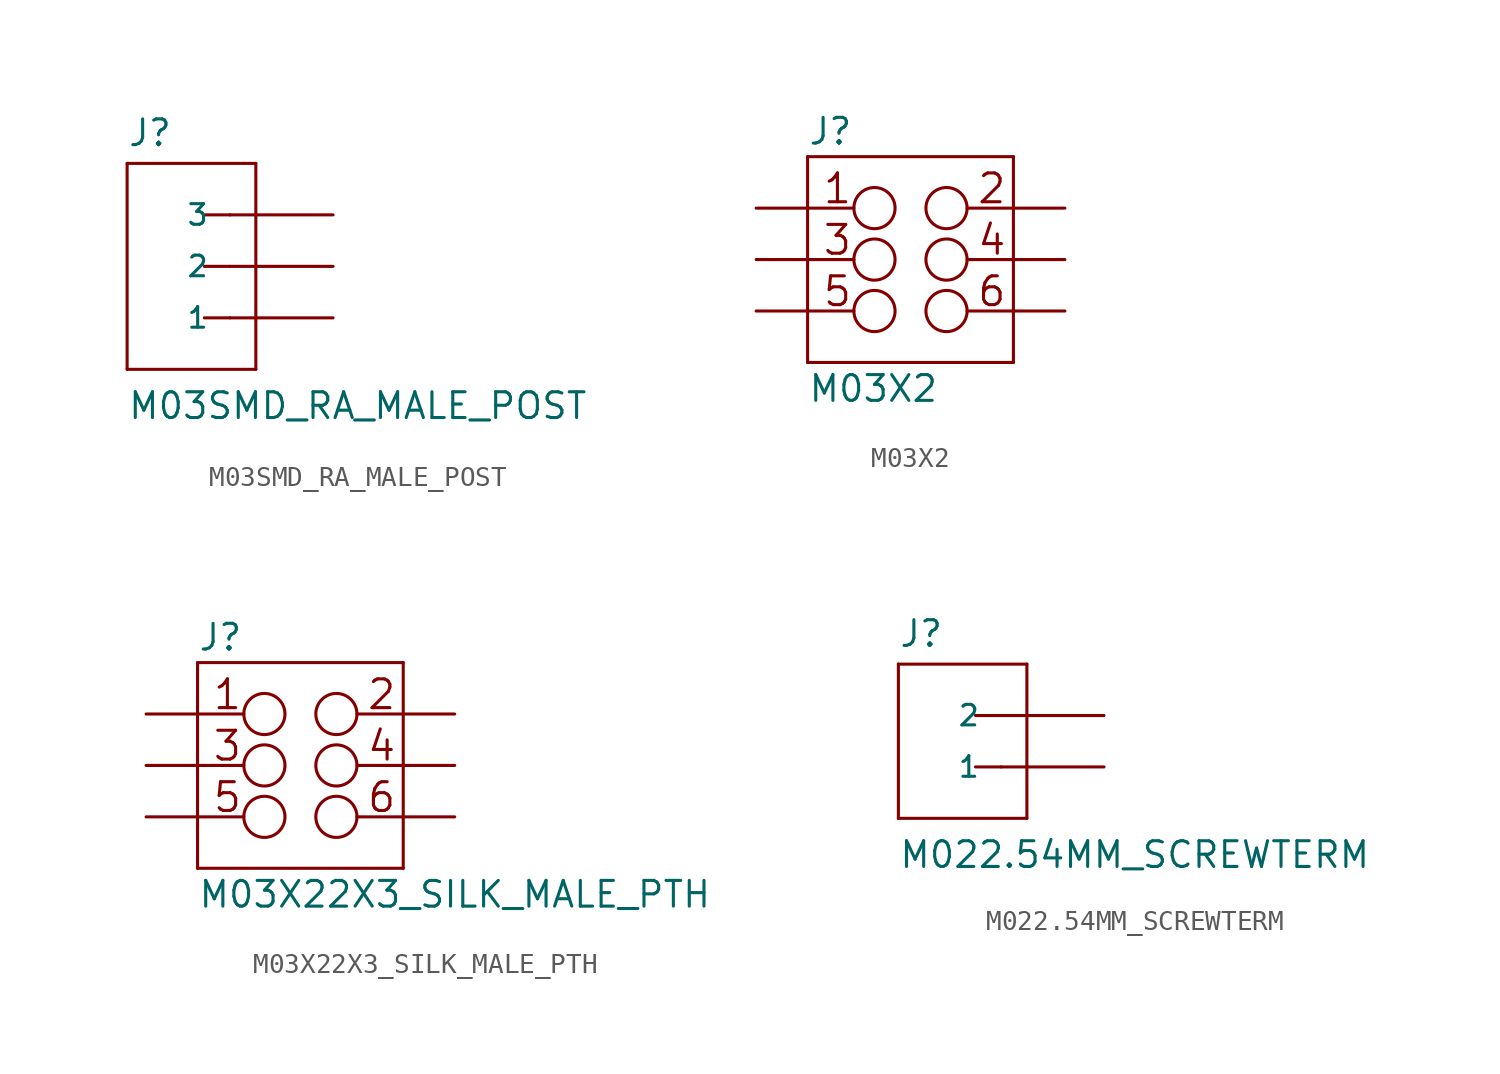
<source format=kicad_sym>
(kicad_symbol_lib
  (version 20211014)
  (generator kicad_symbol_editor)
  (symbol "M03SMD_RA_MALE_POST"
    (pin_numbers hide)
    (pin_names
      (offset 1.016))
    (property "Reference" "J"
      (at -2.54 5.842 0)
      (effects (font (size 1.27 1.27)) (justify left bottom)))
    (property "Value" "M03SMD_RA_MALE_POST"
      (at -2.54 -7.62 0)
      (effects (font (size 1.27 1.27)) (justify left bottom)))
    (property "Datasheet" ""
      (at 0 0 0)
      (effects (font (size 1.524 1.524))))
    (property "ki_locked" ""
      (at 0 0 0)
      (effects (font (size 1.27 1.27))))
    (symbol "M03SMD_RA_MALE_POST_1_0"
      (polyline (pts (xy -2.54 5.08) (xy -2.54 -5.08)) (stroke (width 0) (type default) (color 0 0 0 0)) (fill (type none)))
      (polyline (pts (xy -2.54 5.08) (xy 3.81 5.08)) (stroke (width 0) (type default) (color 0 0 0 0)) (fill (type none)))
      (polyline (pts (xy 1.27 -2.54) (xy 2.54 -2.54)) (stroke (width 0) (type default) (color 0 0 0 0)) (fill (type none)))
      (polyline (pts (xy 1.27 0) (xy 2.54 0)) (stroke (width 0) (type default) (color 0 0 0 0)) (fill (type none)))
      (polyline (pts (xy 1.27 2.54) (xy 2.54 2.54)) (stroke (width 0) (type default) (color 0 0 0 0)) (fill (type none)))
      (polyline (pts (xy 3.81 -5.08) (xy -2.54 -5.08)) (stroke (width 0) (type default) (color 0 0 0 0)) (fill (type none)))
      (polyline (pts (xy 3.81 -5.08) (xy 3.81 5.08)) (stroke (width 0) (type default) (color 0 0 0 0)) (fill (type none))))
    (symbol "M03SMD_RA_MALE_POST_1_1"
      (pin passive line (at 7.62 -2.54 180) (length 5.08) (name "1" (effects (font (size 1.016 1.016)))) (number "1" (effects (font (size 1.016 1.016)))))
      (pin passive line (at 7.62 0 180) (length 5.08) (name "2" (effects (font (size 1.016 1.016)))) (number "2" (effects (font (size 1.016 1.016)))))
      (pin passive line (at 7.62 2.54 180) (length 5.08) (name "3" (effects (font (size 1.016 1.016)))) (number "3" (effects (font (size 1.016 1.016)))))))
  (symbol "M03X2"
    (pin_numbers hide)
    (pin_names
      (offset 1.016) hide)
    (property "Reference" "J"
      (at -5.08 5.588 0)
      (effects (font (size 1.27 1.27)) (justify left bottom)))
    (property "Value" "M03X2"
      (at -5.08 -7.112 0)
      (effects (font (size 1.27 1.27)) (justify left bottom)))
    (property "Datasheet" ""
      (at 0 0 0)
      (effects (font (size 1.524 1.524))))
    (property "ki_locked" ""
      (at 0 0 0)
      (effects (font (size 1.27 1.27))))
    (symbol "M03X2_1_0"
      (polyline (pts (xy -5.08 -5.08) (xy -5.08 -2.54)) (stroke (width 0) (type default) (color 0 0 0 0)) (fill (type none)))
      (polyline (pts (xy -5.08 -2.54) (xy -5.08 0)) (stroke (width 0) (type default) (color 0 0 0 0)) (fill (type none)))
      (polyline (pts (xy -5.08 -2.54) (xy -2.794 -2.54)) (stroke (width 0) (type default) (color 0 0 0 0)) (fill (type none)))
      (polyline (pts (xy -5.08 0) (xy -5.08 2.54)) (stroke (width 0) (type default) (color 0 0 0 0)) (fill (type none)))
      (polyline (pts (xy -5.08 0) (xy -2.794 0)) (stroke (width 0) (type default) (color 0 0 0 0)) (fill (type none)))
      (polyline (pts (xy -5.08 2.54) (xy -5.08 5.08)) (stroke (width 0) (type default) (color 0 0 0 0)) (fill (type none)))
      (polyline (pts (xy -5.08 2.54) (xy -2.794 2.54)) (stroke (width 0) (type default) (color 0 0 0 0)) (fill (type none)))
      (polyline (pts (xy -5.08 5.08) (xy 5.08 5.08)) (stroke (width 0) (type default) (color 0 0 0 0)) (fill (type none)))
      (polyline (pts (xy 5.08 -5.08) (xy -5.08 -5.08)) (stroke (width 0) (type default) (color 0 0 0 0)) (fill (type none)))
      (polyline (pts (xy 5.08 -2.54) (xy 2.794 -2.54)) (stroke (width 0) (type default) (color 0 0 0 0)) (fill (type none)))
      (polyline (pts (xy 5.08 -2.54) (xy 5.08 -5.08)) (stroke (width 0) (type default) (color 0 0 0 0)) (fill (type none)))
      (polyline (pts (xy 5.08 0) (xy 2.794 0)) (stroke (width 0) (type default) (color 0 0 0 0)) (fill (type none)))
      (polyline (pts (xy 5.08 0) (xy 5.08 -2.54)) (stroke (width 0) (type default) (color 0 0 0 0)) (fill (type none)))
      (polyline (pts (xy 5.08 2.54) (xy 2.794 2.54)) (stroke (width 0) (type default) (color 0 0 0 0)) (fill (type none)))
      (polyline (pts (xy 5.08 2.54) (xy 5.08 0)) (stroke (width 0) (type default) (color 0 0 0 0)) (fill (type none)))
      (polyline (pts (xy 5.08 5.08) (xy 5.08 2.54)) (stroke (width 0) (type default) (color 0 0 0 0)) (fill (type none)))
      (text "1" (at -3.607 3.505 0) (effects (font (size 1.422 1.422))))
      (text "2" (at 4.013 3.505 0) (effects (font (size 1.422 1.422))))
      (text "3" (at -3.607 0.965 0) (effects (font (size 1.422 1.422))))
      (text "4" (at 4.013 0.965 0) (effects (font (size 1.422 1.422))))
      (text "5" (at -3.607 -1.575 0) (effects (font (size 1.422 1.422))))
      (text "6" (at 4.013 -1.575 0) (effects (font (size 1.422 1.422)))))
    (symbol "M03X2_1_1"
      (circle (center -1.778 -2.54) (radius 1.016) (stroke (width 0) (type default) (color 0 0 0 0)) (fill (type none)))
      (circle (center -1.778 0) (radius 1.016) (stroke (width 0) (type default) (color 0 0 0 0)) (fill (type none)))
      (circle (center -1.778 2.54) (radius 1.016) (stroke (width 0) (type default) (color 0 0 0 0)) (fill (type none)))
      (circle (center 1.778 -2.54) (radius 1.016) (stroke (width 0) (type default) (color 0 0 0 0)) (fill (type none)))
      (circle (center 1.778 0) (radius 1.016) (stroke (width 0) (type default) (color 0 0 0 0)) (fill (type none)))
      (circle (center 1.778 2.54) (radius 1.016) (stroke (width 0) (type default) (color 0 0 0 0)) (fill (type none)))
      (pin bidirectional line (at -7.62 2.54 0) (length 2.54) (name "1" (effects (font (size 1.016 1.016)))) (number "1" (effects (font (size 1.016 1.016)))))
      (pin bidirectional line (at 7.62 2.54 180) (length 2.54) (name "2" (effects (font (size 1.016 1.016)))) (number "2" (effects (font (size 1.016 1.016)))))
      (pin bidirectional line (at -7.62 0 0) (length 2.54) (name "3" (effects (font (size 1.016 1.016)))) (number "3" (effects (font (size 1.016 1.016)))))
      (pin bidirectional line (at 7.62 0 180) (length 2.54) (name "4" (effects (font (size 1.016 1.016)))) (number "4" (effects (font (size 1.016 1.016)))))
      (pin bidirectional line (at -7.62 -2.54 0) (length 2.54) (name "5" (effects (font (size 1.016 1.016)))) (number "5" (effects (font (size 1.016 1.016)))))
      (pin bidirectional line (at 7.62 -2.54 180) (length 2.54) (name "6" (effects (font (size 1.016 1.016)))) (number "6" (effects (font (size 1.016 1.016)))))))
  (symbol "M03X22X3_SILK_MALE_PTH"
    (pin_numbers hide)
    (pin_names
      (offset 1.016) hide)
    (property "Reference" "J"
      (at -5.08 5.588 0)
      (effects (font (size 1.27 1.27)) (justify left bottom)))
    (property "Value" "M03X22X3_SILK_MALE_PTH"
      (at -5.08 -7.112 0)
      (effects (font (size 1.27 1.27)) (justify left bottom)))
    (property "Datasheet" ""
      (at 0 0 0)
      (effects (font (size 1.524 1.524))))
    (property "ki_locked" ""
      (at 0 0 0)
      (effects (font (size 1.27 1.27))))
    (symbol "M03X22X3_SILK_MALE_PTH_1_0"
      (polyline (pts (xy -5.08 -5.08) (xy -5.08 -2.54)) (stroke (width 0) (type default) (color 0 0 0 0)) (fill (type none)))
      (polyline (pts (xy -5.08 -2.54) (xy -5.08 0)) (stroke (width 0) (type default) (color 0 0 0 0)) (fill (type none)))
      (polyline (pts (xy -5.08 -2.54) (xy -2.794 -2.54)) (stroke (width 0) (type default) (color 0 0 0 0)) (fill (type none)))
      (polyline (pts (xy -5.08 0) (xy -5.08 2.54)) (stroke (width 0) (type default) (color 0 0 0 0)) (fill (type none)))
      (polyline (pts (xy -5.08 0) (xy -2.794 0)) (stroke (width 0) (type default) (color 0 0 0 0)) (fill (type none)))
      (polyline (pts (xy -5.08 2.54) (xy -5.08 5.08)) (stroke (width 0) (type default) (color 0 0 0 0)) (fill (type none)))
      (polyline (pts (xy -5.08 2.54) (xy -2.794 2.54)) (stroke (width 0) (type default) (color 0 0 0 0)) (fill (type none)))
      (polyline (pts (xy -5.08 5.08) (xy 5.08 5.08)) (stroke (width 0) (type default) (color 0 0 0 0)) (fill (type none)))
      (polyline (pts (xy 5.08 -5.08) (xy -5.08 -5.08)) (stroke (width 0) (type default) (color 0 0 0 0)) (fill (type none)))
      (polyline (pts (xy 5.08 -2.54) (xy 2.794 -2.54)) (stroke (width 0) (type default) (color 0 0 0 0)) (fill (type none)))
      (polyline (pts (xy 5.08 -2.54) (xy 5.08 -5.08)) (stroke (width 0) (type default) (color 0 0 0 0)) (fill (type none)))
      (polyline (pts (xy 5.08 0) (xy 2.794 0)) (stroke (width 0) (type default) (color 0 0 0 0)) (fill (type none)))
      (polyline (pts (xy 5.08 0) (xy 5.08 -2.54)) (stroke (width 0) (type default) (color 0 0 0 0)) (fill (type none)))
      (polyline (pts (xy 5.08 2.54) (xy 2.794 2.54)) (stroke (width 0) (type default) (color 0 0 0 0)) (fill (type none)))
      (polyline (pts (xy 5.08 2.54) (xy 5.08 0)) (stroke (width 0) (type default) (color 0 0 0 0)) (fill (type none)))
      (polyline (pts (xy 5.08 5.08) (xy 5.08 2.54)) (stroke (width 0) (type default) (color 0 0 0 0)) (fill (type none)))
      (text "1" (at -3.607 3.505 0) (effects (font (size 1.422 1.422))))
      (text "2" (at 4.013 3.505 0) (effects (font (size 1.422 1.422))))
      (text "3" (at -3.607 0.965 0) (effects (font (size 1.422 1.422))))
      (text "4" (at 4.013 0.965 0) (effects (font (size 1.422 1.422))))
      (text "5" (at -3.607 -1.575 0) (effects (font (size 1.422 1.422))))
      (text "6" (at 4.013 -1.575 0) (effects (font (size 1.422 1.422)))))
    (symbol "M03X22X3_SILK_MALE_PTH_1_1"
      (circle (center -1.778 -2.54) (radius 1.016) (stroke (width 0) (type default) (color 0 0 0 0)) (fill (type none)))
      (circle (center -1.778 0) (radius 1.016) (stroke (width 0) (type default) (color 0 0 0 0)) (fill (type none)))
      (circle (center -1.778 2.54) (radius 1.016) (stroke (width 0) (type default) (color 0 0 0 0)) (fill (type none)))
      (circle (center 1.778 -2.54) (radius 1.016) (stroke (width 0) (type default) (color 0 0 0 0)) (fill (type none)))
      (circle (center 1.778 0) (radius 1.016) (stroke (width 0) (type default) (color 0 0 0 0)) (fill (type none)))
      (circle (center 1.778 2.54) (radius 1.016) (stroke (width 0) (type default) (color 0 0 0 0)) (fill (type none)))
      (pin bidirectional line (at -7.62 2.54 0) (length 2.54) (name "1" (effects (font (size 1.016 1.016)))) (number "1" (effects (font (size 1.016 1.016)))))
      (pin bidirectional line (at 7.62 2.54 180) (length 2.54) (name "2" (effects (font (size 1.016 1.016)))) (number "2" (effects (font (size 1.016 1.016)))))
      (pin bidirectional line (at -7.62 0 0) (length 2.54) (name "3" (effects (font (size 1.016 1.016)))) (number "3" (effects (font (size 1.016 1.016)))))
      (pin bidirectional line (at 7.62 0 180) (length 2.54) (name "4" (effects (font (size 1.016 1.016)))) (number "4" (effects (font (size 1.016 1.016)))))
      (pin bidirectional line (at -7.62 -2.54 0) (length 2.54) (name "5" (effects (font (size 1.016 1.016)))) (number "5" (effects (font (size 1.016 1.016)))))
      (pin bidirectional line (at 7.62 -2.54 180) (length 2.54) (name "6" (effects (font (size 1.016 1.016)))) (number "6" (effects (font (size 1.016 1.016)))))))
  (symbol "M022.54MM_SCREWTERM"
    (pin_numbers hide)
    (pin_names
      (offset 1.016))
    (property "Reference" "J"
      (at -2.54 5.842 0)
      (effects (font (size 1.27 1.27)) (justify left bottom)))
    (property "Value" "M022.54MM_SCREWTERM"
      (at -2.54 -5.08 0)
      (effects (font (size 1.27 1.27)) (justify left bottom)))
    (property "Datasheet" ""
      (at 0 0 0)
      (effects (font (size 1.524 1.524))))
    (property "ki_locked" ""
      (at 0 0 0)
      (effects (font (size 1.27 1.27))))
    (symbol "M022.54MM_SCREWTERM_1_0"
      (polyline (pts (xy -2.54 5.08) (xy -2.54 -2.54)) (stroke (width 0) (type default) (color 0 0 0 0)) (fill (type none)))
      (polyline (pts (xy -2.54 5.08) (xy 3.81 5.08)) (stroke (width 0) (type default) (color 0 0 0 0)) (fill (type none)))
      (polyline (pts (xy 1.27 0) (xy 2.54 0)) (stroke (width 0) (type default) (color 0 0 0 0)) (fill (type none)))
      (polyline (pts (xy 1.27 2.54) (xy 2.54 2.54)) (stroke (width 0) (type default) (color 0 0 0 0)) (fill (type none)))
      (polyline (pts (xy 3.81 -2.54) (xy -2.54 -2.54)) (stroke (width 0) (type default) (color 0 0 0 0)) (fill (type none)))
      (polyline (pts (xy 3.81 -2.54) (xy 3.81 5.08)) (stroke (width 0) (type default) (color 0 0 0 0)) (fill (type none))))
    (symbol "M022.54MM_SCREWTERM_1_1"
      (pin passive line (at 7.62 0 180) (length 5.08) (name "1" (effects (font (size 1.016 1.016)))) (number "P1" (effects (font (size 1.016 1.016)))))
      (pin passive line (at 7.62 2.54 180) (length 5.08) (name "2" (effects (font (size 1.016 1.016)))) (number "P2" (effects (font (size 1.016 1.016))))))))
</source>
